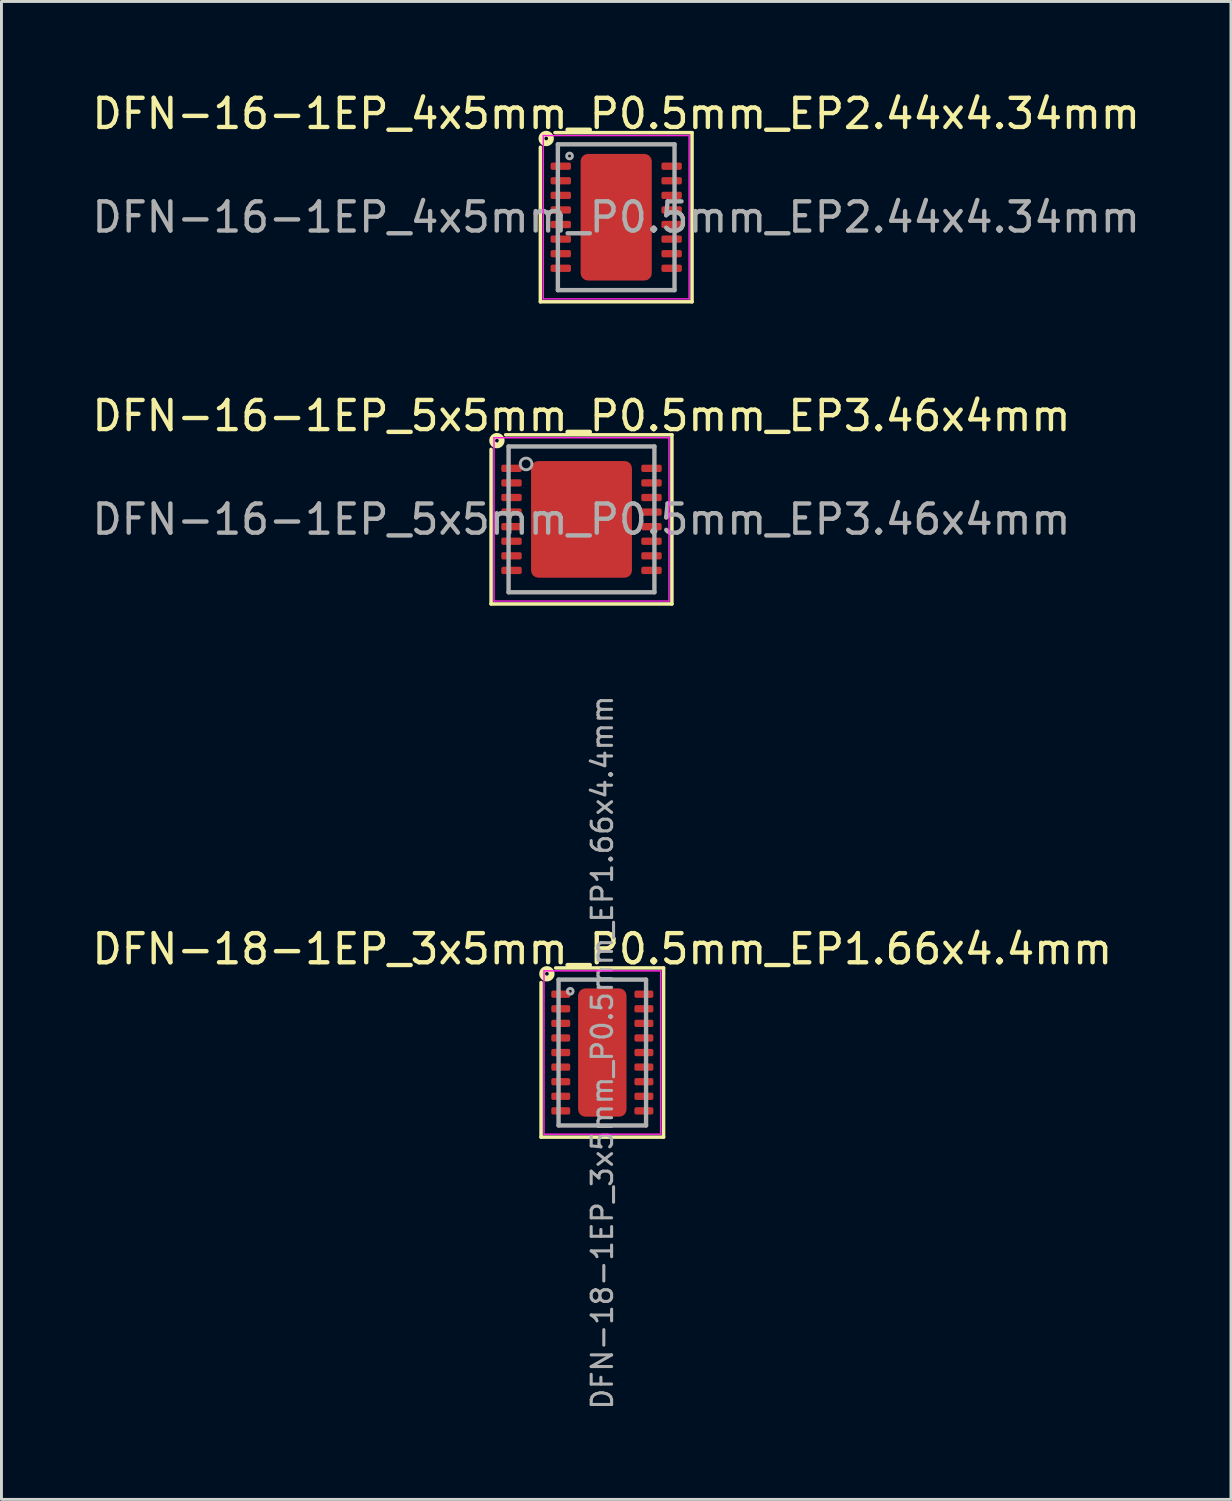
<source format=kicad_pcb>
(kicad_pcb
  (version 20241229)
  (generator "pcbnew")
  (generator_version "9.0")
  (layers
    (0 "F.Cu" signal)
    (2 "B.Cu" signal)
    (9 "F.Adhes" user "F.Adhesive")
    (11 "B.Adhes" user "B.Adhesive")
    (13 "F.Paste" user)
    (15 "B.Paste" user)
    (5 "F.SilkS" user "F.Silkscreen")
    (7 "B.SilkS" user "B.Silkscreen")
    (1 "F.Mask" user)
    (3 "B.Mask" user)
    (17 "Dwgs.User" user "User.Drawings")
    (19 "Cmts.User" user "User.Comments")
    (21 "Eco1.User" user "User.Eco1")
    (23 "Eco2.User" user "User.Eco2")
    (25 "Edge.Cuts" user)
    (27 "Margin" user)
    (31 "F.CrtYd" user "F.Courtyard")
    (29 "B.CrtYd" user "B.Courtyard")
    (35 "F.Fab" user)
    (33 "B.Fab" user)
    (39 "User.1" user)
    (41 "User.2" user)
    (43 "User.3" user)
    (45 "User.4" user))
  (footprint "DFN-16-1EP_4x5mm_P0.5mm_EP2.44x4.34mm"
    (layer "F.Cu")
    (at 18.077 4.398)
    (property "Reference" "DFN-16-1EP_4x5mm_P0.5mm_EP2.44x4.34mm" (at 0 -3.55 0) (layer "F.SilkS") (effects (font (size 1 1) (thickness 0.15))))
    (attr smd)
    (fp_line (start -2.6 2.9) (end -2.6 -2.4) (stroke (width 0.12) (type solid)) (layer "F.SilkS"))
    (fp_line (start -2.1 -2.9) (end 2.6 -2.9) (stroke (width 0.12) (type solid)) (layer "F.SilkS"))
    (fp_line (start 2.6 -2.9) (end 2.6 2.9) (stroke (width 0.12) (type solid)) (layer "F.SilkS"))
    (fp_line (start 2.6 2.9) (end -2.6 2.9) (stroke (width 0.12) (type solid)) (layer "F.SilkS"))
    (fp_circle (center -2.4 -2.7) (end -2.337 -2.7) (stroke (width 0.2) (type solid)) (fill no) (layer "F.SilkS"))
    (fp_line (start -2.5 -2.8) (end -2.5 2.8) (stroke (width 0.05) (type solid)) (layer "F.CrtYd"))
    (fp_line (start -2.5 -2.8) (end 2.5 -2.8) (stroke (width 0.05) (type solid)) (layer "F.CrtYd"))
    (fp_line (start -2.5 2.8) (end 2.5 2.8) (stroke (width 0.05) (type solid)) (layer "F.CrtYd"))
    (fp_line (start 2.5 -2.8) (end 2.5 2.8) (stroke (width 0.05) (type solid)) (layer "F.CrtYd"))
    (fp_line (start -2 -2.5) (end 2 -2.5) (stroke (width 0.15) (type solid)) (layer "F.Fab"))
    (fp_line (start -2 2.5) (end -2 -2.5) (stroke (width 0.15) (type solid)) (layer "F.Fab"))
    (fp_line (start 2 -2.5) (end 2 2.5) (stroke (width 0.15) (type solid)) (layer "F.Fab"))
    (fp_line (start 2 2.5) (end -2 2.5) (stroke (width 0.15) (type solid)) (layer "F.Fab"))
    (fp_circle (center -1.6 -2.1) (end -1.5 -2.1) (stroke (width 0.1) (type solid)) (fill no) (layer "F.Fab"))
    (fp_text user "${REFERENCE}" (at 0 0 0) (layer "F.Fab") (effects (font (size 1 1) (thickness 0.15))))
    (pad "" smd roundrect (at -0.61 -1.627) (size 1 0.86) (layers "F.Paste") (roundrect_rratio 0.25))
    (pad "" smd roundrect (at -0.61 -0.542) (size 1 0.86) (layers "F.Paste") (roundrect_rratio 0.25))
    (pad "" smd roundrect (at -0.61 0.542) (size 1 0.86) (layers "F.Paste") (roundrect_rratio 0.25))
    (pad "" smd roundrect (at -0.61 1.627) (size 1 0.86) (layers "F.Paste") (roundrect_rratio 0.25))
    (pad "" smd roundrect (at 0.61 -1.627) (size 1 0.86) (layers "F.Paste") (roundrect_rratio 0.25))
    (pad "" smd roundrect (at 0.61 -0.542) (size 1 0.86) (layers "F.Paste") (roundrect_rratio 0.25))
    (pad "" smd roundrect (at 0.61 0.542) (size 1 0.86) (layers "F.Paste") (roundrect_rratio 0.25))
    (pad "" smd roundrect (at 0.61 1.627) (size 1 0.86) (layers "F.Paste") (roundrect_rratio 0.25))
    (pad "1" smd roundrect (at -1.9 -1.75) (size 0.7 0.25) (layers "F.Cu" "F.Mask" "F.Paste") (roundrect_rratio 0.25))
    (pad "2" smd roundrect (at -1.9 -1.25) (size 0.7 0.25) (layers "F.Cu" "F.Mask" "F.Paste") (roundrect_rratio 0.25))
    (pad "3" smd roundrect (at -1.9 -0.75) (size 0.7 0.25) (layers "F.Cu" "F.Mask" "F.Paste") (roundrect_rratio 0.25))
    (pad "4" smd roundrect (at -1.9 -0.25) (size 0.7 0.25) (layers "F.Cu" "F.Mask" "F.Paste") (roundrect_rratio 0.25))
    (pad "5" smd roundrect (at -1.9 0.25) (size 0.7 0.25) (layers "F.Cu" "F.Mask" "F.Paste") (roundrect_rratio 0.25))
    (pad "6" smd roundrect (at -1.9 0.75) (size 0.7 0.25) (layers "F.Cu" "F.Mask" "F.Paste") (roundrect_rratio 0.25))
    (pad "7" smd roundrect (at -1.9 1.25) (size 0.7 0.25) (layers "F.Cu" "F.Mask" "F.Paste") (roundrect_rratio 0.25))
    (pad "8" smd roundrect (at -1.9 1.75) (size 0.7 0.25) (layers "F.Cu" "F.Mask" "F.Paste") (roundrect_rratio 0.25))
    (pad "9" smd roundrect (at 1.9 1.75) (size 0.7 0.25) (layers "F.Cu" "F.Mask" "F.Paste") (roundrect_rratio 0.25))
    (pad "10" smd roundrect (at 1.9 1.25) (size 0.7 0.25) (layers "F.Cu" "F.Mask" "F.Paste") (roundrect_rratio 0.25))
    (pad "11" smd roundrect (at 1.9 0.75) (size 0.7 0.25) (layers "F.Cu" "F.Mask" "F.Paste") (roundrect_rratio 0.25))
    (pad "12" smd roundrect (at 1.9 0.25) (size 0.7 0.25) (layers "F.Cu" "F.Mask" "F.Paste") (roundrect_rratio 0.25))
    (pad "13" smd roundrect (at 1.9 -0.25) (size 0.7 0.25) (layers "F.Cu" "F.Mask" "F.Paste") (roundrect_rratio 0.25))
    (pad "14" smd roundrect (at 1.9 -0.75) (size 0.7 0.25) (layers "F.Cu" "F.Mask" "F.Paste") (roundrect_rratio 0.25))
    (pad "15" smd roundrect (at 1.9 -1.25) (size 0.7 0.25) (layers "F.Cu" "F.Mask" "F.Paste") (roundrect_rratio 0.25))
    (pad "16" smd roundrect (at 1.9 -1.75) (size 0.7 0.25) (layers "F.Cu" "F.Mask" "F.Paste") (roundrect_rratio 0.25))
    (pad "17" smd roundrect (at 0 0) (size 2.44 4.34) (layers "F.Cu" "F.Mask") (roundrect_rratio 0.102)))
  (footprint "DFN-18-1EP_3x5mm_P0.5mm_EP1.66x4.4mm"
    (layer "F.Cu")
    (at 17.601 33.037)
    (property "Reference" "DFN-18-1EP_3x5mm_P0.5mm_EP1.66x4.4mm" (at 0 -3.55 0) (layer "F.SilkS") (effects (font (size 1 1) (thickness 0.15))))
    (attr smd)
    (fp_line (start -2.1 2.9) (end -2.1 -2.4) (stroke (width 0.12) (type solid)) (layer "F.SilkS"))
    (fp_line (start -1.6 -2.9) (end 2.1 -2.9) (stroke (width 0.12) (type solid)) (layer "F.SilkS"))
    (fp_line (start 2.1 -2.9) (end 2.1 2.9) (stroke (width 0.12) (type solid)) (layer "F.SilkS"))
    (fp_line (start 2.1 2.9) (end -2.1 2.9) (stroke (width 0.12) (type solid)) (layer "F.SilkS"))
    (fp_circle (center -1.9 -2.7) (end -1.837 -2.7) (stroke (width 0.2) (type solid)) (fill no) (layer "F.SilkS"))
    (fp_line (start -2 -2.8) (end -2 2.8) (stroke (width 0.05) (type solid)) (layer "F.CrtYd"))
    (fp_line (start -2 -2.8) (end 2 -2.8) (stroke (width 0.05) (type solid)) (layer "F.CrtYd"))
    (fp_line (start -2 2.8) (end 2 2.8) (stroke (width 0.05) (type solid)) (layer "F.CrtYd"))
    (fp_line (start 2 -2.8) (end 2 2.8) (stroke (width 0.05) (type solid)) (layer "F.CrtYd"))
    (fp_line (start -1.5 -2.5) (end 1.5 -2.5) (stroke (width 0.15) (type solid)) (layer "F.Fab"))
    (fp_line (start -1.5 2.5) (end -1.5 -2.5) (stroke (width 0.15) (type solid)) (layer "F.Fab"))
    (fp_line (start 1.5 -2.5) (end 1.5 2.5) (stroke (width 0.15) (type solid)) (layer "F.Fab"))
    (fp_line (start 1.5 2.5) (end -1.5 2.5) (stroke (width 0.15) (type solid)) (layer "F.Fab"))
    (fp_circle (center -1.1 -2.1) (end -1 -2.1) (stroke (width 0.1) (type solid)) (fill no) (layer "F.Fab"))
    (fp_text user "${REFERENCE}" (at 0 0 90) (layer "F.Fab") (effects (font (size 0.7 0.7) (thickness 0.105))))
    (pad "" smd roundrect (at -0.415 -1.76) (size 0.67 0.71) (layers "F.Paste") (roundrect_rratio 0.25))
    (pad "" smd roundrect (at -0.415 -0.88) (size 0.67 0.71) (layers "F.Paste") (roundrect_rratio 0.25))
    (pad "" smd roundrect (at -0.415 0) (size 0.67 0.71) (layers "F.Paste") (roundrect_rratio 0.25))
    (pad "" smd roundrect (at -0.415 0.88) (size 0.67 0.71) (layers "F.Paste") (roundrect_rratio 0.25))
    (pad "" smd roundrect (at -0.415 1.76) (size 0.67 0.71) (layers "F.Paste") (roundrect_rratio 0.25))
    (pad "" smd roundrect (at 0.415 -1.76) (size 0.67 0.71) (layers "F.Paste") (roundrect_rratio 0.25))
    (pad "" smd roundrect (at 0.415 -0.88) (size 0.67 0.71) (layers "F.Paste") (roundrect_rratio 0.25))
    (pad "" smd roundrect (at 0.415 0) (size 0.67 0.71) (layers "F.Paste") (roundrect_rratio 0.25))
    (pad "" smd roundrect (at 0.415 0.88) (size 0.67 0.71) (layers "F.Paste") (roundrect_rratio 0.25))
    (pad "" smd roundrect (at 0.415 1.76) (size 0.67 0.71) (layers "F.Paste") (roundrect_rratio 0.25))
    (pad "1" smd roundrect (at -1.425 -2) (size 0.65 0.25) (layers "F.Cu" "F.Mask" "F.Paste") (roundrect_rratio 0.25))
    (pad "2" smd roundrect (at -1.425 -1.5) (size 0.65 0.25) (layers "F.Cu" "F.Mask" "F.Paste") (roundrect_rratio 0.25))
    (pad "3" smd roundrect (at -1.425 -1) (size 0.65 0.25) (layers "F.Cu" "F.Mask" "F.Paste") (roundrect_rratio 0.25))
    (pad "4" smd roundrect (at -1.425 -0.5) (size 0.65 0.25) (layers "F.Cu" "F.Mask" "F.Paste") (roundrect_rratio 0.25))
    (pad "5" smd roundrect (at -1.425 0) (size 0.65 0.25) (layers "F.Cu" "F.Mask" "F.Paste") (roundrect_rratio 0.25))
    (pad "6" smd roundrect (at -1.425 0.5) (size 0.65 0.25) (layers "F.Cu" "F.Mask" "F.Paste") (roundrect_rratio 0.25))
    (pad "7" smd roundrect (at -1.425 1) (size 0.65 0.25) (layers "F.Cu" "F.Mask" "F.Paste") (roundrect_rratio 0.25))
    (pad "8" smd roundrect (at -1.425 1.5) (size 0.65 0.25) (layers "F.Cu" "F.Mask" "F.Paste") (roundrect_rratio 0.25))
    (pad "9" smd roundrect (at -1.425 2) (size 0.65 0.25) (layers "F.Cu" "F.Mask" "F.Paste") (roundrect_rratio 0.25))
    (pad "10" smd roundrect (at 1.425 2) (size 0.65 0.25) (layers "F.Cu" "F.Mask" "F.Paste") (roundrect_rratio 0.25))
    (pad "11" smd roundrect (at 1.425 1.5) (size 0.65 0.25) (layers "F.Cu" "F.Mask" "F.Paste") (roundrect_rratio 0.25))
    (pad "12" smd roundrect (at 1.425 1) (size 0.65 0.25) (layers "F.Cu" "F.Mask" "F.Paste") (roundrect_rratio 0.25))
    (pad "13" smd roundrect (at 1.425 0.5) (size 0.65 0.25) (layers "F.Cu" "F.Mask" "F.Paste") (roundrect_rratio 0.25))
    (pad "14" smd roundrect (at 1.425 0) (size 0.65 0.25) (layers "F.Cu" "F.Mask" "F.Paste") (roundrect_rratio 0.25))
    (pad "15" smd roundrect (at 1.425 -0.5) (size 0.65 0.25) (layers "F.Cu" "F.Mask" "F.Paste") (roundrect_rratio 0.25))
    (pad "16" smd roundrect (at 1.425 -1) (size 0.65 0.25) (layers "F.Cu" "F.Mask" "F.Paste") (roundrect_rratio 0.25))
    (pad "17" smd roundrect (at 1.425 -1.5) (size 0.65 0.25) (layers "F.Cu" "F.Mask" "F.Paste") (roundrect_rratio 0.25))
    (pad "18" smd roundrect (at 1.425 -2) (size 0.65 0.25) (layers "F.Cu" "F.Mask" "F.Paste") (roundrect_rratio 0.25))
    (pad "19" smd roundrect (at 0 0) (size 1.66 4.4) (layers "F.Cu" "F.Mask") (roundrect_rratio 0.151)))
  (footprint "DFN-16-1EP_5x5mm_P0.5mm_EP3.46x4mm"
    (layer "F.Cu")
    (at 16.887 14.757)
    (property "Reference" "DFN-16-1EP_5x5mm_P0.5mm_EP3.46x4mm" (at 0 -3.55 0) (layer "F.SilkS") (effects (font (size 1 1) (thickness 0.15))))
    (attr smd)
    (fp_line (start -3.1 2.9) (end -3.1 -2.4) (stroke (width 0.12) (type solid)) (layer "F.SilkS"))
    (fp_line (start -2.6 -2.9) (end 3.1 -2.9) (stroke (width 0.12) (type solid)) (layer "F.SilkS"))
    (fp_line (start 3.1 -2.9) (end 3.1 2.9) (stroke (width 0.12) (type solid)) (layer "F.SilkS"))
    (fp_line (start 3.1 2.9) (end -3.1 2.9) (stroke (width 0.12) (type solid)) (layer "F.SilkS"))
    (fp_circle (center -2.9 -2.7) (end -2.837 -2.7) (stroke (width 0.2) (type solid)) (fill no) (layer "F.SilkS"))
    (fp_line (start -3 -2.8) (end -3 2.8) (stroke (width 0.05) (type solid)) (layer "F.CrtYd"))
    (fp_line (start -3 -2.8) (end 3 -2.8) (stroke (width 0.05) (type solid)) (layer "F.CrtYd"))
    (fp_line (start -3 2.8) (end 3 2.8) (stroke (width 0.05) (type solid)) (layer "F.CrtYd"))
    (fp_line (start 3 -2.8) (end 3 2.8) (stroke (width 0.05) (type solid)) (layer "F.CrtYd"))
    (fp_line (start -2.5 -2.5) (end 2.5 -2.5) (stroke (width 0.15) (type solid)) (layer "F.Fab"))
    (fp_line (start -2.5 2.5) (end -2.5 -2.5) (stroke (width 0.15) (type solid)) (layer "F.Fab"))
    (fp_line (start 2.5 -2.5) (end 2.5 2.5) (stroke (width 0.15) (type solid)) (layer "F.Fab"))
    (fp_line (start 2.5 2.5) (end -2.5 2.5) (stroke (width 0.15) (type solid)) (layer "F.Fab"))
    (fp_circle (center -1.9 -1.9) (end -1.7 -1.9) (stroke (width 0.1) (type solid)) (fill no) (layer "F.Fab"))
    (fp_text user "${REFERENCE}" (at 0 0 0) (layer "F.Fab") (effects (font (size 1 1) (thickness 0.15))))
    (pad "" smd roundrect (at -1.154 -1.34) (size 0.9 1.1) (layers "F.Paste") (roundrect_rratio 0.25))
    (pad "" smd roundrect (at -1.154 0) (size 0.9 1.1) (layers "F.Paste") (roundrect_rratio 0.25))
    (pad "" smd roundrect (at -1.154 1.34) (size 0.9 1.1) (layers "F.Paste") (roundrect_rratio 0.25))
    (pad "" smd roundrect (at 0 -1.34) (size 0.9 1.1) (layers "F.Paste") (roundrect_rratio 0.25))
    (pad "" smd roundrect (at 0 0) (size 0.9 1.1) (layers "F.Paste") (roundrect_rratio 0.25))
    (pad "" smd roundrect (at 0 1.34) (size 0.9 1.1) (layers "F.Paste") (roundrect_rratio 0.25))
    (pad "" smd roundrect (at 1.154 -1.34) (size 0.9 1.1) (layers "F.Paste") (roundrect_rratio 0.25))
    (pad "" smd roundrect (at 1.154 0) (size 0.9 1.1) (layers "F.Paste") (roundrect_rratio 0.25))
    (pad "" smd roundrect (at 1.154 1.34) (size 0.9 1.1) (layers "F.Paste") (roundrect_rratio 0.25))
    (pad "1" smd roundrect (at -2.4 -1.75) (size 0.7 0.25) (layers "F.Cu" "F.Mask" "F.Paste") (roundrect_rratio 0.25))
    (pad "2" smd roundrect (at -2.4 -1.25) (size 0.7 0.25) (layers "F.Cu" "F.Mask" "F.Paste") (roundrect_rratio 0.25))
    (pad "3" smd roundrect (at -2.4 -0.75) (size 0.7 0.25) (layers "F.Cu" "F.Mask" "F.Paste") (roundrect_rratio 0.25))
    (pad "4" smd roundrect (at -2.4 -0.25) (size 0.7 0.25) (layers "F.Cu" "F.Mask" "F.Paste") (roundrect_rratio 0.25))
    (pad "5" smd roundrect (at -2.4 0.25) (size 0.7 0.25) (layers "F.Cu" "F.Mask" "F.Paste") (roundrect_rratio 0.25))
    (pad "6" smd roundrect (at -2.4 0.75) (size 0.7 0.25) (layers "F.Cu" "F.Mask" "F.Paste") (roundrect_rratio 0.25))
    (pad "7" smd roundrect (at -2.4 1.25) (size 0.7 0.25) (layers "F.Cu" "F.Mask" "F.Paste") (roundrect_rratio 0.25))
    (pad "8" smd roundrect (at -2.4 1.75) (size 0.7 0.25) (layers "F.Cu" "F.Mask" "F.Paste") (roundrect_rratio 0.25))
    (pad "9" smd roundrect (at 2.4 1.75) (size 0.7 0.25) (layers "F.Cu" "F.Mask" "F.Paste") (roundrect_rratio 0.25))
    (pad "10" smd roundrect (at 2.4 1.25) (size 0.7 0.25) (layers "F.Cu" "F.Mask" "F.Paste") (roundrect_rratio 0.25))
    (pad "11" smd roundrect (at 2.4 0.75) (size 0.7 0.25) (layers "F.Cu" "F.Mask" "F.Paste") (roundrect_rratio 0.25))
    (pad "12" smd roundrect (at 2.4 0.25) (size 0.7 0.25) (layers "F.Cu" "F.Mask" "F.Paste") (roundrect_rratio 0.25))
    (pad "13" smd roundrect (at 2.4 -0.25) (size 0.7 0.25) (layers "F.Cu" "F.Mask" "F.Paste") (roundrect_rratio 0.25))
    (pad "14" smd roundrect (at 2.4 -0.75) (size 0.7 0.25) (layers "F.Cu" "F.Mask" "F.Paste") (roundrect_rratio 0.25))
    (pad "15" smd roundrect (at 2.4 -1.25) (size 0.7 0.25) (layers "F.Cu" "F.Mask" "F.Paste") (roundrect_rratio 0.25))
    (pad "16" smd roundrect (at 2.4 -1.75) (size 0.7 0.25) (layers "F.Cu" "F.Mask" "F.Paste") (roundrect_rratio 0.25))
    (pad "17" smd roundrect (at 0 0) (size 3.46 4) (layers "F.Cu" "F.Mask") (roundrect_rratio 0.072)))
  (gr_rect
    (start -3 -3)
    (end 39.155 48.358)
    (stroke (width 0.1) (type default))
    (fill no)
    (layer "Edge.Cuts")))
</source>
